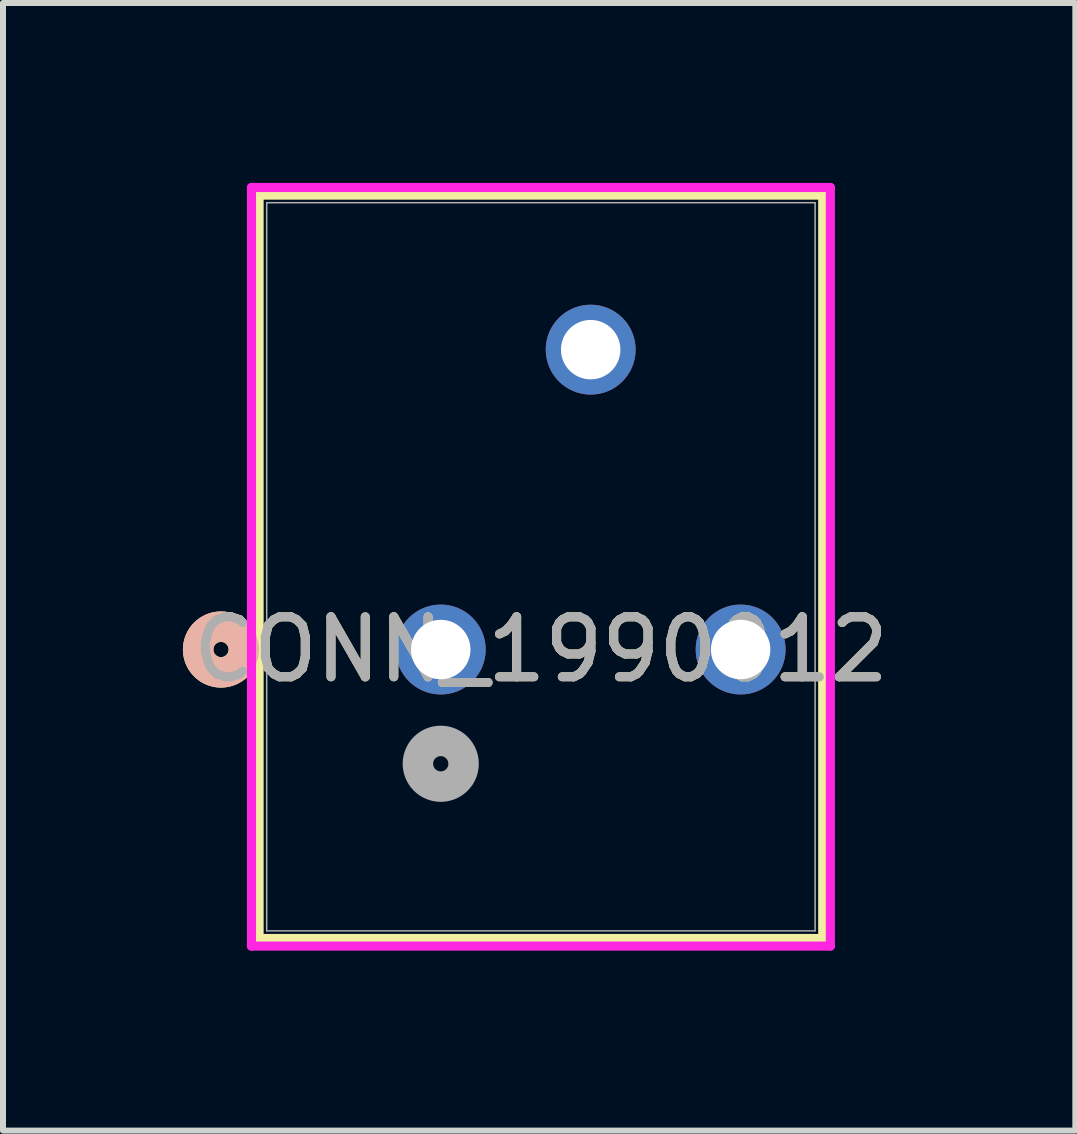
<source format=kicad_pcb>
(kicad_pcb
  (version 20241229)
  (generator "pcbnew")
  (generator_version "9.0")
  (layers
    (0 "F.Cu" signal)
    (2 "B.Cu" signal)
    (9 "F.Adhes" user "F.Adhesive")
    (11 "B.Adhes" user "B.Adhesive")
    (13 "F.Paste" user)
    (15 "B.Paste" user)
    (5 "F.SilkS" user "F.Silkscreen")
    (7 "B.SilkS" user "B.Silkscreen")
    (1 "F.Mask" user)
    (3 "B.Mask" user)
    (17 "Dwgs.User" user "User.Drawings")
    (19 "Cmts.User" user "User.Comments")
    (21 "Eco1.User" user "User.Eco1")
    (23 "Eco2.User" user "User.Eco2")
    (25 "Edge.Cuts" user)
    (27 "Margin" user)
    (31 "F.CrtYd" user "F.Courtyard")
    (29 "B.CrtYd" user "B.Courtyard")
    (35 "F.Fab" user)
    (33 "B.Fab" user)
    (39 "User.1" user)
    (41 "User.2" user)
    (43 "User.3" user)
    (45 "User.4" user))
  (footprint "CONN_1990012"
    (layer "F.Cu")
    (at 7.639 7.78)
    (property "Reference" "CONN_1990012" (at -1.67 0 0) (unlocked yes) (layer "F.SilkS") (effects (font (size 1 1) (thickness 0.15))))
    (attr through_hole)
    (fp_line (start -6.369 -7.577) (end -6.369 4.818) (stroke (width 0.152) (type solid)) (layer "F.SilkS"))
    (fp_line (start -6.369 4.818) (end 3.029 4.818) (stroke (width 0.152) (type solid)) (layer "F.SilkS"))
    (fp_line (start 3.029 -7.577) (end -6.369 -7.577) (stroke (width 0.152) (type solid)) (layer "F.SilkS"))
    (fp_line (start 3.029 4.818) (end 3.029 -7.577) (stroke (width 0.152) (type solid)) (layer "F.SilkS"))
    (fp_circle (center -7.004 0) (end -6.623 0) (stroke (width 0.508) (type solid)) (fill no) (layer "F.SilkS"))
    (fp_circle (center -7.004 0) (end -6.623 0) (stroke (width 0.508) (type solid)) (fill no) (layer "B.SilkS"))
    (fp_line (start -6.496 -7.704) (end -6.496 4.945) (stroke (width 0.152) (type solid)) (layer "F.CrtYd"))
    (fp_line (start -6.496 4.945) (end 3.156 4.945) (stroke (width 0.152) (type solid)) (layer "F.CrtYd"))
    (fp_line (start 3.156 -7.704) (end -6.496 -7.704) (stroke (width 0.152) (type solid)) (layer "F.CrtYd"))
    (fp_line (start 3.156 4.945) (end 3.156 -7.704) (stroke (width 0.152) (type solid)) (layer "F.CrtYd"))
    (fp_line (start -6.242 -7.45) (end -6.242 4.691) (stroke (width 0.025) (type solid)) (layer "F.Fab"))
    (fp_line (start -6.242 4.691) (end 2.902 4.691) (stroke (width 0.025) (type solid)) (layer "F.Fab"))
    (fp_line (start 2.902 -7.45) (end -6.242 -7.45) (stroke (width 0.025) (type solid)) (layer "F.Fab"))
    (fp_line (start 2.902 4.691) (end 2.902 -7.45) (stroke (width 0.025) (type solid)) (layer "F.Fab"))
    (fp_circle (center -3.34 1.905) (end -2.959 1.905) (stroke (width 0.508) (type solid)) (fill no) (layer "F.Fab"))
    (fp_text user "${REFERENCE}" (at -1.67 0 0) (unlocked yes) (layer "F.Fab") (effects (font (size 1 1) (thickness 0.15))))
    (pad "1" thru_hole circle (at -3.34 0) (size 1.499 1.499) (drill 0.991) (layers "*.Cu" "*.Mask"))
    (pad "2" thru_hole circle (at -0.84 -5) (size 1.499 1.499) (drill 0.991) (layers "*.Cu" "*.Mask"))
    (pad "3" thru_hole circle (at 1.66 0) (size 1.499 1.499) (drill 0.991) (layers "*.Cu" "*.Mask")))
  (gr_rect
    (start -3 -3)
    (end 14.88 15.802)
    (stroke (width 0.1) (type default))
    (fill no)
    (layer "Edge.Cuts")))
</source>
